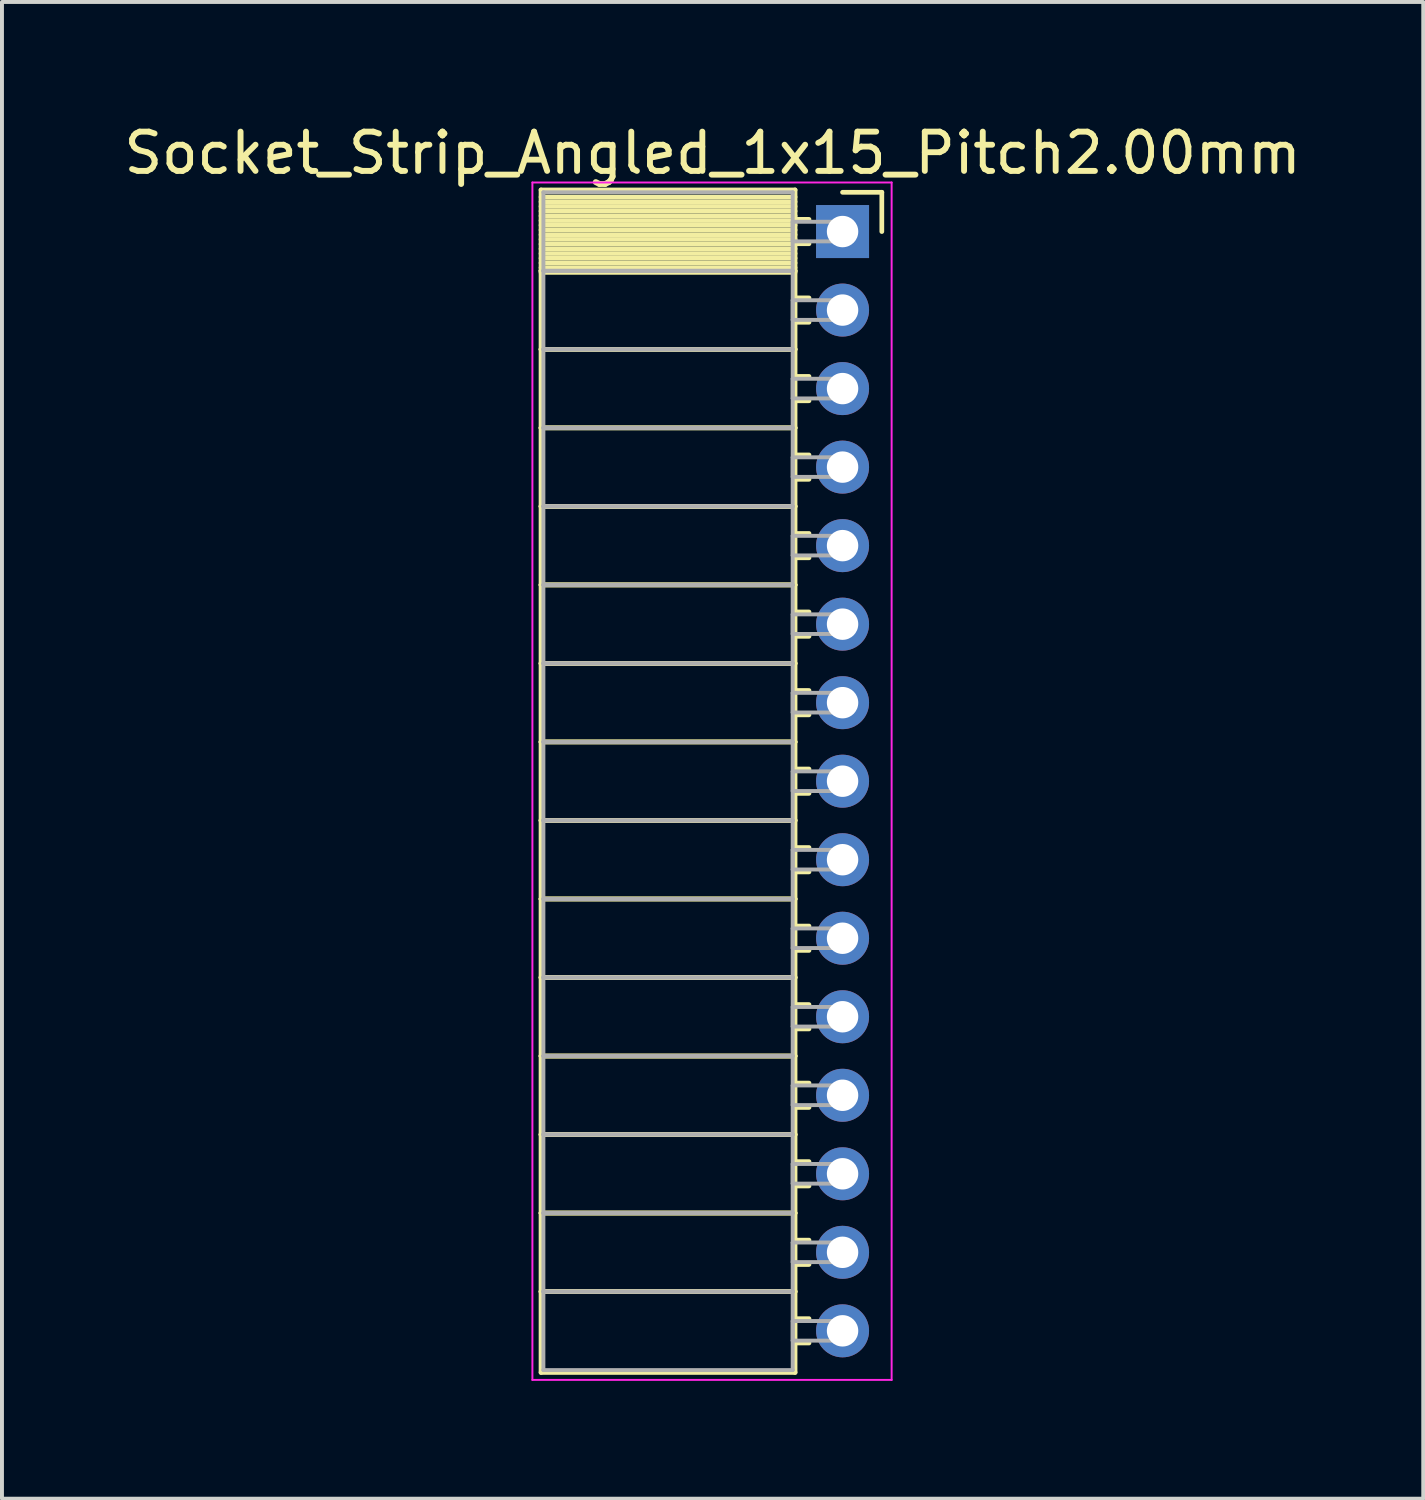
<source format=kicad_pcb>
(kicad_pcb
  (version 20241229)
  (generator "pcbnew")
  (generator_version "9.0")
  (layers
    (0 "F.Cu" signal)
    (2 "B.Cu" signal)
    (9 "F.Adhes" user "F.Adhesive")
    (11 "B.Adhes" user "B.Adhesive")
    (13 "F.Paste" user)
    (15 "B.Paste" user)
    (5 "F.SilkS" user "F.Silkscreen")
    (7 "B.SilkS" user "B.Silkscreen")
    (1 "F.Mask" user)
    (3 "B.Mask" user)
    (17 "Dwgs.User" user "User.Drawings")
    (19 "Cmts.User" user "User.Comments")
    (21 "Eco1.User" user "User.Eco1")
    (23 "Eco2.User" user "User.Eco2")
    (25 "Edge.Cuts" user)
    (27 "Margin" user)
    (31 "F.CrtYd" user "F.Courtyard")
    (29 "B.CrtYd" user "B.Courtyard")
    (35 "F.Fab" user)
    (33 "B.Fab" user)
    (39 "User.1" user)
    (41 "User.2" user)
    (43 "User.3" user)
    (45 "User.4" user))
  (footprint "Socket_Strip_Angled_1x15_Pitch2.00mm"
    (layer "F.Cu")
    (at 18.411 2.848)
    (property "Reference" "Socket_Strip_Angled_1x15_Pitch2.00mm" (at -3.31 -2 0) (layer "F.SilkS") (effects (font (size 1 1) (thickness 0.15))))
    (attr through_hole)
    (fp_line (start -7.68 -1.06) (end -1.21 -1.06) (stroke (width 0.12) (type solid)) (layer "F.SilkS"))
    (fp_line (start -7.68 1) (end -7.68 -1.06) (stroke (width 0.12) (type solid)) (layer "F.SilkS"))
    (fp_line (start -7.68 1) (end -1.21 1) (stroke (width 0.12) (type solid)) (layer "F.SilkS"))
    (fp_line (start -7.68 3) (end -7.68 1) (stroke (width 0.12) (type solid)) (layer "F.SilkS"))
    (fp_line (start -7.68 3) (end -1.21 3) (stroke (width 0.12) (type solid)) (layer "F.SilkS"))
    (fp_line (start -7.68 5) (end -7.68 3) (stroke (width 0.12) (type solid)) (layer "F.SilkS"))
    (fp_line (start -7.68 5) (end -1.21 5) (stroke (width 0.12) (type solid)) (layer "F.SilkS"))
    (fp_line (start -7.68 7) (end -7.68 5) (stroke (width 0.12) (type solid)) (layer "F.SilkS"))
    (fp_line (start -7.68 7) (end -1.21 7) (stroke (width 0.12) (type solid)) (layer "F.SilkS"))
    (fp_line (start -7.68 9) (end -7.68 7) (stroke (width 0.12) (type solid)) (layer "F.SilkS"))
    (fp_line (start -7.68 9) (end -1.21 9) (stroke (width 0.12) (type solid)) (layer "F.SilkS"))
    (fp_line (start -7.68 11) (end -7.68 9) (stroke (width 0.12) (type solid)) (layer "F.SilkS"))
    (fp_line (start -7.68 11) (end -1.21 11) (stroke (width 0.12) (type solid)) (layer "F.SilkS"))
    (fp_line (start -7.68 13) (end -7.68 11) (stroke (width 0.12) (type solid)) (layer "F.SilkS"))
    (fp_line (start -7.68 13) (end -1.21 13) (stroke (width 0.12) (type solid)) (layer "F.SilkS"))
    (fp_line (start -7.68 15) (end -7.68 13) (stroke (width 0.12) (type solid)) (layer "F.SilkS"))
    (fp_line (start -7.68 15) (end -1.21 15) (stroke (width 0.12) (type solid)) (layer "F.SilkS"))
    (fp_line (start -7.68 17) (end -7.68 15) (stroke (width 0.12) (type solid)) (layer "F.SilkS"))
    (fp_line (start -7.68 17) (end -1.21 17) (stroke (width 0.12) (type solid)) (layer "F.SilkS"))
    (fp_line (start -7.68 19) (end -7.68 17) (stroke (width 0.12) (type solid)) (layer "F.SilkS"))
    (fp_line (start -7.68 19) (end -1.21 19) (stroke (width 0.12) (type solid)) (layer "F.SilkS"))
    (fp_line (start -7.68 21) (end -7.68 19) (stroke (width 0.12) (type solid)) (layer "F.SilkS"))
    (fp_line (start -7.68 21) (end -1.21 21) (stroke (width 0.12) (type solid)) (layer "F.SilkS"))
    (fp_line (start -7.68 23) (end -7.68 21) (stroke (width 0.12) (type solid)) (layer "F.SilkS"))
    (fp_line (start -7.68 23) (end -1.21 23) (stroke (width 0.12) (type solid)) (layer "F.SilkS"))
    (fp_line (start -7.68 25) (end -7.68 23) (stroke (width 0.12) (type solid)) (layer "F.SilkS"))
    (fp_line (start -7.68 25) (end -1.21 25) (stroke (width 0.12) (type solid)) (layer "F.SilkS"))
    (fp_line (start -7.68 27) (end -7.68 25) (stroke (width 0.12) (type solid)) (layer "F.SilkS"))
    (fp_line (start -7.68 27) (end -1.21 27) (stroke (width 0.12) (type solid)) (layer "F.SilkS"))
    (fp_line (start -7.68 29.06) (end -7.68 27) (stroke (width 0.12) (type solid)) (layer "F.SilkS"))
    (fp_line (start -1.21 -1.06) (end -1.21 1) (stroke (width 0.12) (type solid)) (layer "F.SilkS"))
    (fp_line (start -1.21 -0.88) (end -7.68 -0.88) (stroke (width 0.12) (type solid)) (layer "F.SilkS"))
    (fp_line (start -1.21 -0.76) (end -7.68 -0.76) (stroke (width 0.12) (type solid)) (layer "F.SilkS"))
    (fp_line (start -1.21 -0.64) (end -7.68 -0.64) (stroke (width 0.12) (type solid)) (layer "F.SilkS"))
    (fp_line (start -1.21 -0.52) (end -7.68 -0.52) (stroke (width 0.12) (type solid)) (layer "F.SilkS"))
    (fp_line (start -1.21 -0.4) (end -7.68 -0.4) (stroke (width 0.12) (type solid)) (layer "F.SilkS"))
    (fp_line (start -1.21 -0.28) (end -7.68 -0.28) (stroke (width 0.12) (type solid)) (layer "F.SilkS"))
    (fp_line (start -1.21 -0.16) (end -7.68 -0.16) (stroke (width 0.12) (type solid)) (layer "F.SilkS"))
    (fp_line (start -1.21 -0.04) (end -7.68 -0.04) (stroke (width 0.12) (type solid)) (layer "F.SilkS"))
    (fp_line (start -1.21 0.08) (end -7.68 0.08) (stroke (width 0.12) (type solid)) (layer "F.SilkS"))
    (fp_line (start -1.21 0.2) (end -7.68 0.2) (stroke (width 0.12) (type solid)) (layer "F.SilkS"))
    (fp_line (start -1.21 0.32) (end -7.68 0.32) (stroke (width 0.12) (type solid)) (layer "F.SilkS"))
    (fp_line (start -1.21 0.44) (end -7.68 0.44) (stroke (width 0.12) (type solid)) (layer "F.SilkS"))
    (fp_line (start -1.21 0.56) (end -7.68 0.56) (stroke (width 0.12) (type solid)) (layer "F.SilkS"))
    (fp_line (start -1.21 0.68) (end -7.68 0.68) (stroke (width 0.12) (type solid)) (layer "F.SilkS"))
    (fp_line (start -1.21 0.8) (end -7.68 0.8) (stroke (width 0.12) (type solid)) (layer "F.SilkS"))
    (fp_line (start -1.21 0.92) (end -7.68 0.92) (stroke (width 0.12) (type solid)) (layer "F.SilkS"))
    (fp_line (start -1.21 1) (end -7.68 1) (stroke (width 0.12) (type solid)) (layer "F.SilkS"))
    (fp_line (start -1.21 1) (end -1.21 3) (stroke (width 0.12) (type solid)) (layer "F.SilkS"))
    (fp_line (start -1.21 1.04) (end -7.68 1.04) (stroke (width 0.12) (type solid)) (layer "F.SilkS"))
    (fp_line (start -1.21 3) (end -7.68 3) (stroke (width 0.12) (type solid)) (layer "F.SilkS"))
    (fp_line (start -1.21 3) (end -1.21 5) (stroke (width 0.12) (type solid)) (layer "F.SilkS"))
    (fp_line (start -1.21 5) (end -7.68 5) (stroke (width 0.12) (type solid)) (layer "F.SilkS"))
    (fp_line (start -1.21 5) (end -1.21 7) (stroke (width 0.12) (type solid)) (layer "F.SilkS"))
    (fp_line (start -1.21 7) (end -7.68 7) (stroke (width 0.12) (type solid)) (layer "F.SilkS"))
    (fp_line (start -1.21 7) (end -1.21 9) (stroke (width 0.12) (type solid)) (layer "F.SilkS"))
    (fp_line (start -1.21 9) (end -7.68 9) (stroke (width 0.12) (type solid)) (layer "F.SilkS"))
    (fp_line (start -1.21 9) (end -1.21 11) (stroke (width 0.12) (type solid)) (layer "F.SilkS"))
    (fp_line (start -1.21 11) (end -7.68 11) (stroke (width 0.12) (type solid)) (layer "F.SilkS"))
    (fp_line (start -1.21 11) (end -1.21 13) (stroke (width 0.12) (type solid)) (layer "F.SilkS"))
    (fp_line (start -1.21 13) (end -7.68 13) (stroke (width 0.12) (type solid)) (layer "F.SilkS"))
    (fp_line (start -1.21 13) (end -1.21 15) (stroke (width 0.12) (type solid)) (layer "F.SilkS"))
    (fp_line (start -1.21 15) (end -7.68 15) (stroke (width 0.12) (type solid)) (layer "F.SilkS"))
    (fp_line (start -1.21 15) (end -1.21 17) (stroke (width 0.12) (type solid)) (layer "F.SilkS"))
    (fp_line (start -1.21 17) (end -7.68 17) (stroke (width 0.12) (type solid)) (layer "F.SilkS"))
    (fp_line (start -1.21 17) (end -1.21 19) (stroke (width 0.12) (type solid)) (layer "F.SilkS"))
    (fp_line (start -1.21 19) (end -7.68 19) (stroke (width 0.12) (type solid)) (layer "F.SilkS"))
    (fp_line (start -1.21 19) (end -1.21 21) (stroke (width 0.12) (type solid)) (layer "F.SilkS"))
    (fp_line (start -1.21 21) (end -7.68 21) (stroke (width 0.12) (type solid)) (layer "F.SilkS"))
    (fp_line (start -1.21 21) (end -1.21 23) (stroke (width 0.12) (type solid)) (layer "F.SilkS"))
    (fp_line (start -1.21 23) (end -7.68 23) (stroke (width 0.12) (type solid)) (layer "F.SilkS"))
    (fp_line (start -1.21 23) (end -1.21 25) (stroke (width 0.12) (type solid)) (layer "F.SilkS"))
    (fp_line (start -1.21 25) (end -7.68 25) (stroke (width 0.12) (type solid)) (layer "F.SilkS"))
    (fp_line (start -1.21 25) (end -1.21 27) (stroke (width 0.12) (type solid)) (layer "F.SilkS"))
    (fp_line (start -1.21 27) (end -7.68 27) (stroke (width 0.12) (type solid)) (layer "F.SilkS"))
    (fp_line (start -1.21 27) (end -1.21 29.06) (stroke (width 0.12) (type solid)) (layer "F.SilkS"))
    (fp_line (start -1.21 29.06) (end -7.68 29.06) (stroke (width 0.12) (type solid)) (layer "F.SilkS"))
    (fp_line (start -0.855 -0.31) (end -1.21 -0.31) (stroke (width 0.12) (type solid)) (layer "F.SilkS"))
    (fp_line (start -0.855 0.31) (end -1.21 0.31) (stroke (width 0.12) (type solid)) (layer "F.SilkS"))
    (fp_line (start -0.855 1.69) (end -1.21 1.69) (stroke (width 0.12) (type solid)) (layer "F.SilkS"))
    (fp_line (start -0.855 2.31) (end -1.21 2.31) (stroke (width 0.12) (type solid)) (layer "F.SilkS"))
    (fp_line (start -0.855 3.69) (end -1.21 3.69) (stroke (width 0.12) (type solid)) (layer "F.SilkS"))
    (fp_line (start -0.855 4.31) (end -1.21 4.31) (stroke (width 0.12) (type solid)) (layer "F.SilkS"))
    (fp_line (start -0.855 5.69) (end -1.21 5.69) (stroke (width 0.12) (type solid)) (layer "F.SilkS"))
    (fp_line (start -0.855 6.31) (end -1.21 6.31) (stroke (width 0.12) (type solid)) (layer "F.SilkS"))
    (fp_line (start -0.855 7.69) (end -1.21 7.69) (stroke (width 0.12) (type solid)) (layer "F.SilkS"))
    (fp_line (start -0.855 8.31) (end -1.21 8.31) (stroke (width 0.12) (type solid)) (layer "F.SilkS"))
    (fp_line (start -0.855 9.69) (end -1.21 9.69) (stroke (width 0.12) (type solid)) (layer "F.SilkS"))
    (fp_line (start -0.855 10.31) (end -1.21 10.31) (stroke (width 0.12) (type solid)) (layer "F.SilkS"))
    (fp_line (start -0.855 11.69) (end -1.21 11.69) (stroke (width 0.12) (type solid)) (layer "F.SilkS"))
    (fp_line (start -0.855 12.31) (end -1.21 12.31) (stroke (width 0.12) (type solid)) (layer "F.SilkS"))
    (fp_line (start -0.855 13.69) (end -1.21 13.69) (stroke (width 0.12) (type solid)) (layer "F.SilkS"))
    (fp_line (start -0.855 14.31) (end -1.21 14.31) (stroke (width 0.12) (type solid)) (layer "F.SilkS"))
    (fp_line (start -0.855 15.69) (end -1.21 15.69) (stroke (width 0.12) (type solid)) (layer "F.SilkS"))
    (fp_line (start -0.855 16.31) (end -1.21 16.31) (stroke (width 0.12) (type solid)) (layer "F.SilkS"))
    (fp_line (start -0.855 17.69) (end -1.21 17.69) (stroke (width 0.12) (type solid)) (layer "F.SilkS"))
    (fp_line (start -0.855 18.31) (end -1.21 18.31) (stroke (width 0.12) (type solid)) (layer "F.SilkS"))
    (fp_line (start -0.855 19.69) (end -1.21 19.69) (stroke (width 0.12) (type solid)) (layer "F.SilkS"))
    (fp_line (start -0.855 20.31) (end -1.21 20.31) (stroke (width 0.12) (type solid)) (layer "F.SilkS"))
    (fp_line (start -0.855 21.69) (end -1.21 21.69) (stroke (width 0.12) (type solid)) (layer "F.SilkS"))
    (fp_line (start -0.855 22.31) (end -1.21 22.31) (stroke (width 0.12) (type solid)) (layer "F.SilkS"))
    (fp_line (start -0.855 23.69) (end -1.21 23.69) (stroke (width 0.12) (type solid)) (layer "F.SilkS"))
    (fp_line (start -0.855 24.31) (end -1.21 24.31) (stroke (width 0.12) (type solid)) (layer "F.SilkS"))
    (fp_line (start -0.855 25.69) (end -1.21 25.69) (stroke (width 0.12) (type solid)) (layer "F.SilkS"))
    (fp_line (start -0.855 26.31) (end -1.21 26.31) (stroke (width 0.12) (type solid)) (layer "F.SilkS"))
    (fp_line (start -0.855 27.69) (end -1.21 27.69) (stroke (width 0.12) (type solid)) (layer "F.SilkS"))
    (fp_line (start -0.855 28.31) (end -1.21 28.31) (stroke (width 0.12) (type solid)) (layer "F.SilkS"))
    (fp_line (start 0 -1) (end 1 -1) (stroke (width 0.12) (type solid)) (layer "F.SilkS"))
    (fp_line (start 1 -1) (end 1 0) (stroke (width 0.12) (type solid)) (layer "F.SilkS"))
    (fp_line (start -7.9 -1.25) (end 1.25 -1.25) (stroke (width 0.05) (type solid)) (layer "F.CrtYd"))
    (fp_line (start -7.9 29.25) (end -7.9 -1.25) (stroke (width 0.05) (type solid)) (layer "F.CrtYd"))
    (fp_line (start 1.25 -1.25) (end 1.25 29.25) (stroke (width 0.05) (type solid)) (layer "F.CrtYd"))
    (fp_line (start 1.25 29.25) (end -7.9 29.25) (stroke (width 0.05) (type solid)) (layer "F.CrtYd"))
    (fp_line (start -7.62 -1) (end -1.27 -1) (stroke (width 0.1) (type solid)) (layer "F.Fab"))
    (fp_line (start -7.62 1) (end -7.62 -1) (stroke (width 0.1) (type solid)) (layer "F.Fab"))
    (fp_line (start -7.62 1) (end -1.27 1) (stroke (width 0.1) (type solid)) (layer "F.Fab"))
    (fp_line (start -7.62 3) (end -7.62 1) (stroke (width 0.1) (type solid)) (layer "F.Fab"))
    (fp_line (start -7.62 3) (end -1.27 3) (stroke (width 0.1) (type solid)) (layer "F.Fab"))
    (fp_line (start -7.62 5) (end -7.62 3) (stroke (width 0.1) (type solid)) (layer "F.Fab"))
    (fp_line (start -7.62 5) (end -1.27 5) (stroke (width 0.1) (type solid)) (layer "F.Fab"))
    (fp_line (start -7.62 7) (end -7.62 5) (stroke (width 0.1) (type solid)) (layer "F.Fab"))
    (fp_line (start -7.62 7) (end -1.27 7) (stroke (width 0.1) (type solid)) (layer "F.Fab"))
    (fp_line (start -7.62 9) (end -7.62 7) (stroke (width 0.1) (type solid)) (layer "F.Fab"))
    (fp_line (start -7.62 9) (end -1.27 9) (stroke (width 0.1) (type solid)) (layer "F.Fab"))
    (fp_line (start -7.62 11) (end -7.62 9) (stroke (width 0.1) (type solid)) (layer "F.Fab"))
    (fp_line (start -7.62 11) (end -1.27 11) (stroke (width 0.1) (type solid)) (layer "F.Fab"))
    (fp_line (start -7.62 13) (end -7.62 11) (stroke (width 0.1) (type solid)) (layer "F.Fab"))
    (fp_line (start -7.62 13) (end -1.27 13) (stroke (width 0.1) (type solid)) (layer "F.Fab"))
    (fp_line (start -7.62 15) (end -7.62 13) (stroke (width 0.1) (type solid)) (layer "F.Fab"))
    (fp_line (start -7.62 15) (end -1.27 15) (stroke (width 0.1) (type solid)) (layer "F.Fab"))
    (fp_line (start -7.62 17) (end -7.62 15) (stroke (width 0.1) (type solid)) (layer "F.Fab"))
    (fp_line (start -7.62 17) (end -1.27 17) (stroke (width 0.1) (type solid)) (layer "F.Fab"))
    (fp_line (start -7.62 19) (end -7.62 17) (stroke (width 0.1) (type solid)) (layer "F.Fab"))
    (fp_line (start -7.62 19) (end -1.27 19) (stroke (width 0.1) (type solid)) (layer "F.Fab"))
    (fp_line (start -7.62 21) (end -7.62 19) (stroke (width 0.1) (type solid)) (layer "F.Fab"))
    (fp_line (start -7.62 21) (end -1.27 21) (stroke (width 0.1) (type solid)) (layer "F.Fab"))
    (fp_line (start -7.62 23) (end -7.62 21) (stroke (width 0.1) (type solid)) (layer "F.Fab"))
    (fp_line (start -7.62 23) (end -1.27 23) (stroke (width 0.1) (type solid)) (layer "F.Fab"))
    (fp_line (start -7.62 25) (end -7.62 23) (stroke (width 0.1) (type solid)) (layer "F.Fab"))
    (fp_line (start -7.62 25) (end -1.27 25) (stroke (width 0.1) (type solid)) (layer "F.Fab"))
    (fp_line (start -7.62 27) (end -7.62 25) (stroke (width 0.1) (type solid)) (layer "F.Fab"))
    (fp_line (start -7.62 27) (end -1.27 27) (stroke (width 0.1) (type solid)) (layer "F.Fab"))
    (fp_line (start -7.62 29) (end -7.62 27) (stroke (width 0.1) (type solid)) (layer "F.Fab"))
    (fp_line (start -1.27 -1) (end -1.27 1) (stroke (width 0.1) (type solid)) (layer "F.Fab"))
    (fp_line (start -1.27 -0.25) (end 0 -0.25) (stroke (width 0.1) (type solid)) (layer "F.Fab"))
    (fp_line (start -1.27 0.25) (end -1.27 -0.25) (stroke (width 0.1) (type solid)) (layer "F.Fab"))
    (fp_line (start -1.27 1) (end -7.62 1) (stroke (width 0.1) (type solid)) (layer "F.Fab"))
    (fp_line (start -1.27 1) (end -1.27 3) (stroke (width 0.1) (type solid)) (layer "F.Fab"))
    (fp_line (start -1.27 1.75) (end 0 1.75) (stroke (width 0.1) (type solid)) (layer "F.Fab"))
    (fp_line (start -1.27 2.25) (end -1.27 1.75) (stroke (width 0.1) (type solid)) (layer "F.Fab"))
    (fp_line (start -1.27 3) (end -7.62 3) (stroke (width 0.1) (type solid)) (layer "F.Fab"))
    (fp_line (start -1.27 3) (end -1.27 5) (stroke (width 0.1) (type solid)) (layer "F.Fab"))
    (fp_line (start -1.27 3.75) (end 0 3.75) (stroke (width 0.1) (type solid)) (layer "F.Fab"))
    (fp_line (start -1.27 4.25) (end -1.27 3.75) (stroke (width 0.1) (type solid)) (layer "F.Fab"))
    (fp_line (start -1.27 5) (end -7.62 5) (stroke (width 0.1) (type solid)) (layer "F.Fab"))
    (fp_line (start -1.27 5) (end -1.27 7) (stroke (width 0.1) (type solid)) (layer "F.Fab"))
    (fp_line (start -1.27 5.75) (end 0 5.75) (stroke (width 0.1) (type solid)) (layer "F.Fab"))
    (fp_line (start -1.27 6.25) (end -1.27 5.75) (stroke (width 0.1) (type solid)) (layer "F.Fab"))
    (fp_line (start -1.27 7) (end -7.62 7) (stroke (width 0.1) (type solid)) (layer "F.Fab"))
    (fp_line (start -1.27 7) (end -1.27 9) (stroke (width 0.1) (type solid)) (layer "F.Fab"))
    (fp_line (start -1.27 7.75) (end 0 7.75) (stroke (width 0.1) (type solid)) (layer "F.Fab"))
    (fp_line (start -1.27 8.25) (end -1.27 7.75) (stroke (width 0.1) (type solid)) (layer "F.Fab"))
    (fp_line (start -1.27 9) (end -7.62 9) (stroke (width 0.1) (type solid)) (layer "F.Fab"))
    (fp_line (start -1.27 9) (end -1.27 11) (stroke (width 0.1) (type solid)) (layer "F.Fab"))
    (fp_line (start -1.27 9.75) (end 0 9.75) (stroke (width 0.1) (type solid)) (layer "F.Fab"))
    (fp_line (start -1.27 10.25) (end -1.27 9.75) (stroke (width 0.1) (type solid)) (layer "F.Fab"))
    (fp_line (start -1.27 11) (end -7.62 11) (stroke (width 0.1) (type solid)) (layer "F.Fab"))
    (fp_line (start -1.27 11) (end -1.27 13) (stroke (width 0.1) (type solid)) (layer "F.Fab"))
    (fp_line (start -1.27 11.75) (end 0 11.75) (stroke (width 0.1) (type solid)) (layer "F.Fab"))
    (fp_line (start -1.27 12.25) (end -1.27 11.75) (stroke (width 0.1) (type solid)) (layer "F.Fab"))
    (fp_line (start -1.27 13) (end -7.62 13) (stroke (width 0.1) (type solid)) (layer "F.Fab"))
    (fp_line (start -1.27 13) (end -1.27 15) (stroke (width 0.1) (type solid)) (layer "F.Fab"))
    (fp_line (start -1.27 13.75) (end 0 13.75) (stroke (width 0.1) (type solid)) (layer "F.Fab"))
    (fp_line (start -1.27 14.25) (end -1.27 13.75) (stroke (width 0.1) (type solid)) (layer "F.Fab"))
    (fp_line (start -1.27 15) (end -7.62 15) (stroke (width 0.1) (type solid)) (layer "F.Fab"))
    (fp_line (start -1.27 15) (end -1.27 17) (stroke (width 0.1) (type solid)) (layer "F.Fab"))
    (fp_line (start -1.27 15.75) (end 0 15.75) (stroke (width 0.1) (type solid)) (layer "F.Fab"))
    (fp_line (start -1.27 16.25) (end -1.27 15.75) (stroke (width 0.1) (type solid)) (layer "F.Fab"))
    (fp_line (start -1.27 17) (end -7.62 17) (stroke (width 0.1) (type solid)) (layer "F.Fab"))
    (fp_line (start -1.27 17) (end -1.27 19) (stroke (width 0.1) (type solid)) (layer "F.Fab"))
    (fp_line (start -1.27 17.75) (end 0 17.75) (stroke (width 0.1) (type solid)) (layer "F.Fab"))
    (fp_line (start -1.27 18.25) (end -1.27 17.75) (stroke (width 0.1) (type solid)) (layer "F.Fab"))
    (fp_line (start -1.27 19) (end -7.62 19) (stroke (width 0.1) (type solid)) (layer "F.Fab"))
    (fp_line (start -1.27 19) (end -1.27 21) (stroke (width 0.1) (type solid)) (layer "F.Fab"))
    (fp_line (start -1.27 19.75) (end 0 19.75) (stroke (width 0.1) (type solid)) (layer "F.Fab"))
    (fp_line (start -1.27 20.25) (end -1.27 19.75) (stroke (width 0.1) (type solid)) (layer "F.Fab"))
    (fp_line (start -1.27 21) (end -7.62 21) (stroke (width 0.1) (type solid)) (layer "F.Fab"))
    (fp_line (start -1.27 21) (end -1.27 23) (stroke (width 0.1) (type solid)) (layer "F.Fab"))
    (fp_line (start -1.27 21.75) (end 0 21.75) (stroke (width 0.1) (type solid)) (layer "F.Fab"))
    (fp_line (start -1.27 22.25) (end -1.27 21.75) (stroke (width 0.1) (type solid)) (layer "F.Fab"))
    (fp_line (start -1.27 23) (end -7.62 23) (stroke (width 0.1) (type solid)) (layer "F.Fab"))
    (fp_line (start -1.27 23) (end -1.27 25) (stroke (width 0.1) (type solid)) (layer "F.Fab"))
    (fp_line (start -1.27 23.75) (end 0 23.75) (stroke (width 0.1) (type solid)) (layer "F.Fab"))
    (fp_line (start -1.27 24.25) (end -1.27 23.75) (stroke (width 0.1) (type solid)) (layer "F.Fab"))
    (fp_line (start -1.27 25) (end -7.62 25) (stroke (width 0.1) (type solid)) (layer "F.Fab"))
    (fp_line (start -1.27 25) (end -1.27 27) (stroke (width 0.1) (type solid)) (layer "F.Fab"))
    (fp_line (start -1.27 25.75) (end 0 25.75) (stroke (width 0.1) (type solid)) (layer "F.Fab"))
    (fp_line (start -1.27 26.25) (end -1.27 25.75) (stroke (width 0.1) (type solid)) (layer "F.Fab"))
    (fp_line (start -1.27 27) (end -7.62 27) (stroke (width 0.1) (type solid)) (layer "F.Fab"))
    (fp_line (start -1.27 27) (end -1.27 29) (stroke (width 0.1) (type solid)) (layer "F.Fab"))
    (fp_line (start -1.27 27.75) (end 0 27.75) (stroke (width 0.1) (type solid)) (layer "F.Fab"))
    (fp_line (start -1.27 28.25) (end -1.27 27.75) (stroke (width 0.1) (type solid)) (layer "F.Fab"))
    (fp_line (start -1.27 29) (end -7.62 29) (stroke (width 0.1) (type solid)) (layer "F.Fab"))
    (fp_line (start 0 -0.25) (end 0 0.25) (stroke (width 0.1) (type solid)) (layer "F.Fab"))
    (fp_line (start 0 0.25) (end -1.27 0.25) (stroke (width 0.1) (type solid)) (layer "F.Fab"))
    (fp_line (start 0 1.75) (end 0 2.25) (stroke (width 0.1) (type solid)) (layer "F.Fab"))
    (fp_line (start 0 2.25) (end -1.27 2.25) (stroke (width 0.1) (type solid)) (layer "F.Fab"))
    (fp_line (start 0 3.75) (end 0 4.25) (stroke (width 0.1) (type solid)) (layer "F.Fab"))
    (fp_line (start 0 4.25) (end -1.27 4.25) (stroke (width 0.1) (type solid)) (layer "F.Fab"))
    (fp_line (start 0 5.75) (end 0 6.25) (stroke (width 0.1) (type solid)) (layer "F.Fab"))
    (fp_line (start 0 6.25) (end -1.27 6.25) (stroke (width 0.1) (type solid)) (layer "F.Fab"))
    (fp_line (start 0 7.75) (end 0 8.25) (stroke (width 0.1) (type solid)) (layer "F.Fab"))
    (fp_line (start 0 8.25) (end -1.27 8.25) (stroke (width 0.1) (type solid)) (layer "F.Fab"))
    (fp_line (start 0 9.75) (end 0 10.25) (stroke (width 0.1) (type solid)) (layer "F.Fab"))
    (fp_line (start 0 10.25) (end -1.27 10.25) (stroke (width 0.1) (type solid)) (layer "F.Fab"))
    (fp_line (start 0 11.75) (end 0 12.25) (stroke (width 0.1) (type solid)) (layer "F.Fab"))
    (fp_line (start 0 12.25) (end -1.27 12.25) (stroke (width 0.1) (type solid)) (layer "F.Fab"))
    (fp_line (start 0 13.75) (end 0 14.25) (stroke (width 0.1) (type solid)) (layer "F.Fab"))
    (fp_line (start 0 14.25) (end -1.27 14.25) (stroke (width 0.1) (type solid)) (layer "F.Fab"))
    (fp_line (start 0 15.75) (end 0 16.25) (stroke (width 0.1) (type solid)) (layer "F.Fab"))
    (fp_line (start 0 16.25) (end -1.27 16.25) (stroke (width 0.1) (type solid)) (layer "F.Fab"))
    (fp_line (start 0 17.75) (end 0 18.25) (stroke (width 0.1) (type solid)) (layer "F.Fab"))
    (fp_line (start 0 18.25) (end -1.27 18.25) (stroke (width 0.1) (type solid)) (layer "F.Fab"))
    (fp_line (start 0 19.75) (end 0 20.25) (stroke (width 0.1) (type solid)) (layer "F.Fab"))
    (fp_line (start 0 20.25) (end -1.27 20.25) (stroke (width 0.1) (type solid)) (layer "F.Fab"))
    (fp_line (start 0 21.75) (end 0 22.25) (stroke (width 0.1) (type solid)) (layer "F.Fab"))
    (fp_line (start 0 22.25) (end -1.27 22.25) (stroke (width 0.1) (type solid)) (layer "F.Fab"))
    (fp_line (start 0 23.75) (end 0 24.25) (stroke (width 0.1) (type solid)) (layer "F.Fab"))
    (fp_line (start 0 24.25) (end -1.27 24.25) (stroke (width 0.1) (type solid)) (layer "F.Fab"))
    (fp_line (start 0 25.75) (end 0 26.25) (stroke (width 0.1) (type solid)) (layer "F.Fab"))
    (fp_line (start 0 26.25) (end -1.27 26.25) (stroke (width 0.1) (type solid)) (layer "F.Fab"))
    (fp_line (start 0 27.75) (end 0 28.25) (stroke (width 0.1) (type solid)) (layer "F.Fab"))
    (fp_line (start 0 28.25) (end -1.27 28.25) (stroke (width 0.1) (type solid)) (layer "F.Fab"))
    (pad "1" thru_hole rect (at 0 0) (size 1.35 1.35) (drill 0.8) (layers "*.Cu" "*.Mask"))
    (pad "2" thru_hole oval (at 0 2) (size 1.35 1.35) (drill 0.8) (layers "*.Cu" "*.Mask"))
    (pad "3" thru_hole oval (at 0 4) (size 1.35 1.35) (drill 0.8) (layers "*.Cu" "*.Mask"))
    (pad "4" thru_hole oval (at 0 6) (size 1.35 1.35) (drill 0.8) (layers "*.Cu" "*.Mask"))
    (pad "5" thru_hole oval (at 0 8) (size 1.35 1.35) (drill 0.8) (layers "*.Cu" "*.Mask"))
    (pad "6" thru_hole oval (at 0 10) (size 1.35 1.35) (drill 0.8) (layers "*.Cu" "*.Mask"))
    (pad "7" thru_hole oval (at 0 12) (size 1.35 1.35) (drill 0.8) (layers "*.Cu" "*.Mask"))
    (pad "8" thru_hole oval (at 0 14) (size 1.35 1.35) (drill 0.8) (layers "*.Cu" "*.Mask"))
    (pad "9" thru_hole oval (at 0 16) (size 1.35 1.35) (drill 0.8) (layers "*.Cu" "*.Mask"))
    (pad "10" thru_hole oval (at 0 18) (size 1.35 1.35) (drill 0.8) (layers "*.Cu" "*.Mask"))
    (pad "11" thru_hole oval (at 0 20) (size 1.35 1.35) (drill 0.8) (layers "*.Cu" "*.Mask"))
    (pad "12" thru_hole oval (at 0 22) (size 1.35 1.35) (drill 0.8) (layers "*.Cu" "*.Mask"))
    (pad "13" thru_hole oval (at 0 24) (size 1.35 1.35) (drill 0.8) (layers "*.Cu" "*.Mask"))
    (pad "14" thru_hole oval (at 0 26) (size 1.35 1.35) (drill 0.8) (layers "*.Cu" "*.Mask"))
    (pad "15" thru_hole oval (at 0 28) (size 1.35 1.35) (drill 0.8) (layers "*.Cu" "*.Mask")))
  (gr_rect
    (start -3 -3)
    (end 33.202 35.123)
    (stroke (width 0.1) (type default))
    (fill no)
    (layer "Edge.Cuts")))
</source>
